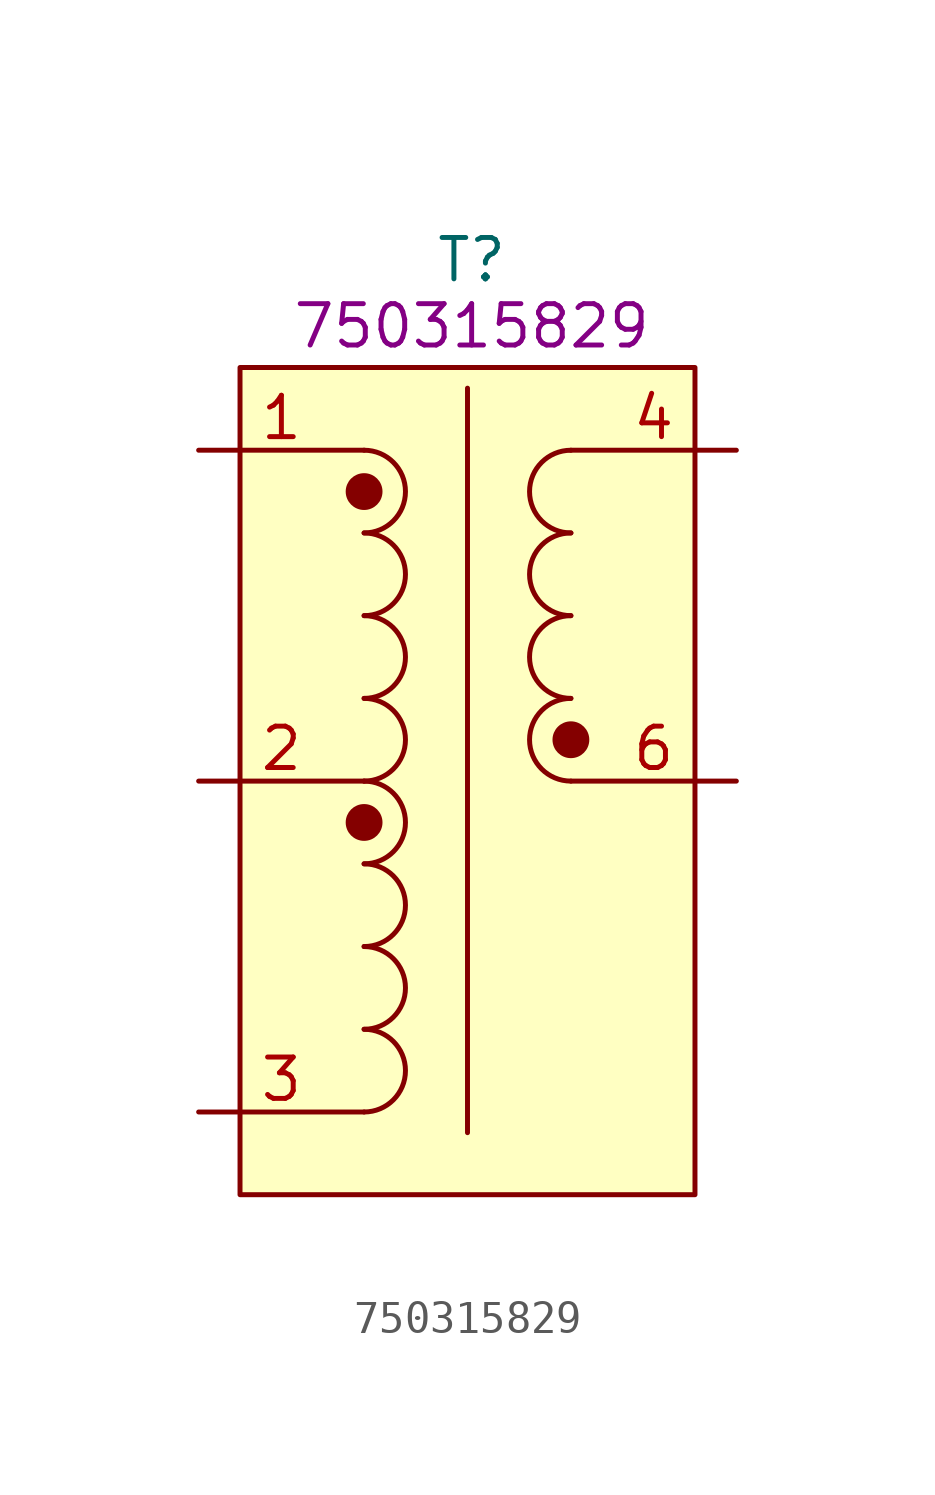
<source format=kicad_sym>
(kicad_symbol_lib
  (version 20231120)
  (generator "kicad_symbol_editor")
  (generator_version "8.0")
  (symbol "750315829"
    (property "Reference" "T"
      (at 7.112 5.842 0)
      (effects (font (size 1.27 1.27))))
    (property "MPN" "750315829"
      (at 7.112 3.81 0)
      (effects (font (size 1.27 1.27))))
    (symbol "750315829_0_1"
      (polyline (pts (xy 6.985 1.905) (xy 6.985 -20.955)) (stroke (width 0) (type default)) (fill (type none)))
      (rectangle (start 0 2.54) (end 13.97 -22.86) (stroke (width 0) (type default)) (fill (type background)))
      (arc (start 3.81 -20.32) (mid 5.08 -19.05) (end 3.81 -17.78) (stroke (width 0) (type default)) (fill (type none)))
      (arc (start 3.81 -17.78) (mid 5.08 -16.51) (end 3.81 -15.24) (stroke (width 0) (type default)) (fill (type none)))
      (arc (start 3.81 -15.24) (mid 5.08 -13.97) (end 3.81 -12.7) (stroke (width 0) (type default)) (fill (type none)))
      (arc (start 3.81 -12.7) (mid 5.08 -11.43) (end 3.81 -10.16) (stroke (width 0) (type default)) (fill (type none)))
      (arc (start 3.81 -10.16) (mid 5.08 -8.89) (end 3.81 -7.62) (stroke (width 0) (type default)) (fill (type none)))
      (arc (start 3.81 -7.62) (mid 5.08 -6.35) (end 3.81 -5.08) (stroke (width 0) (type default)) (fill (type none)))
      (arc (start 3.81 -5.08) (mid 5.08 -3.81) (end 3.81 -2.54) (stroke (width 0) (type default)) (fill (type none)))
      (arc (start 3.81 -2.54) (mid 5.08 -1.27) (end 3.81 0) (stroke (width 0) (type default)) (fill (type none)))
      (arc (start 10.16 -7.62) (mid 8.89 -8.89) (end 10.16 -10.16) (stroke (width 0) (type default)) (fill (type none)))
      (arc (start 10.16 -5.08) (mid 8.89 -6.35) (end 10.16 -7.62) (stroke (width 0) (type default)) (fill (type none)))
      (arc (start 10.16 -2.54) (mid 8.89 -3.81) (end 10.16 -5.08) (stroke (width 0) (type default)) (fill (type none)))
      (arc (start 10.16 0) (mid 8.89 -1.27) (end 10.16 -2.54) (stroke (width 0) (type default)) (fill (type none))))
    (symbol "750315829_1_1"
      (circle (center 3.81 -11.43) (radius 0.489) (stroke (width 0) (type default)) (fill (type outline)))
      (circle (center 3.81 -1.27) (radius 0.489) (stroke (width 0) (type default)) (fill (type outline)))
      (circle (center 10.16 -8.89) (radius 0.489) (stroke (width 0) (type default)) (fill (type outline)))
      (pin passive line (at -1.27 0 0) (length 5.08) (name "" (effects (font (size 1.27 1.27)))) (number "1" (effects (font (size 1.27 1.27)))))
      (pin passive line (at -1.27 -10.16 0) (length 5.08) (name "" (effects (font (size 1.27 1.27)))) (number "2" (effects (font (size 1.27 1.27)))))
      (pin passive line (at -1.27 -20.32 0) (length 5.08) (name "" (effects (font (size 1.27 1.27)))) (number "3" (effects (font (size 1.27 1.27)))))
      (pin passive line (at 15.24 0 180) (length 5.08) (name "" (effects (font (size 1.27 1.27)))) (number "4" (effects (font (size 1.27 1.27)))))
      (pin no_connect line (at 12.7 -20.32 180) (length 2.54) hide (name "" (effects (font (size 1.27 1.27)))) (number "5" (effects (font (size 1.27 1.27)))))
      (pin passive line (at 15.24 -10.16 180) (length 5.08) (name "" (effects (font (size 1.27 1.27)))) (number "6" (effects (font (size 1.27 1.27))))))))
</source>
